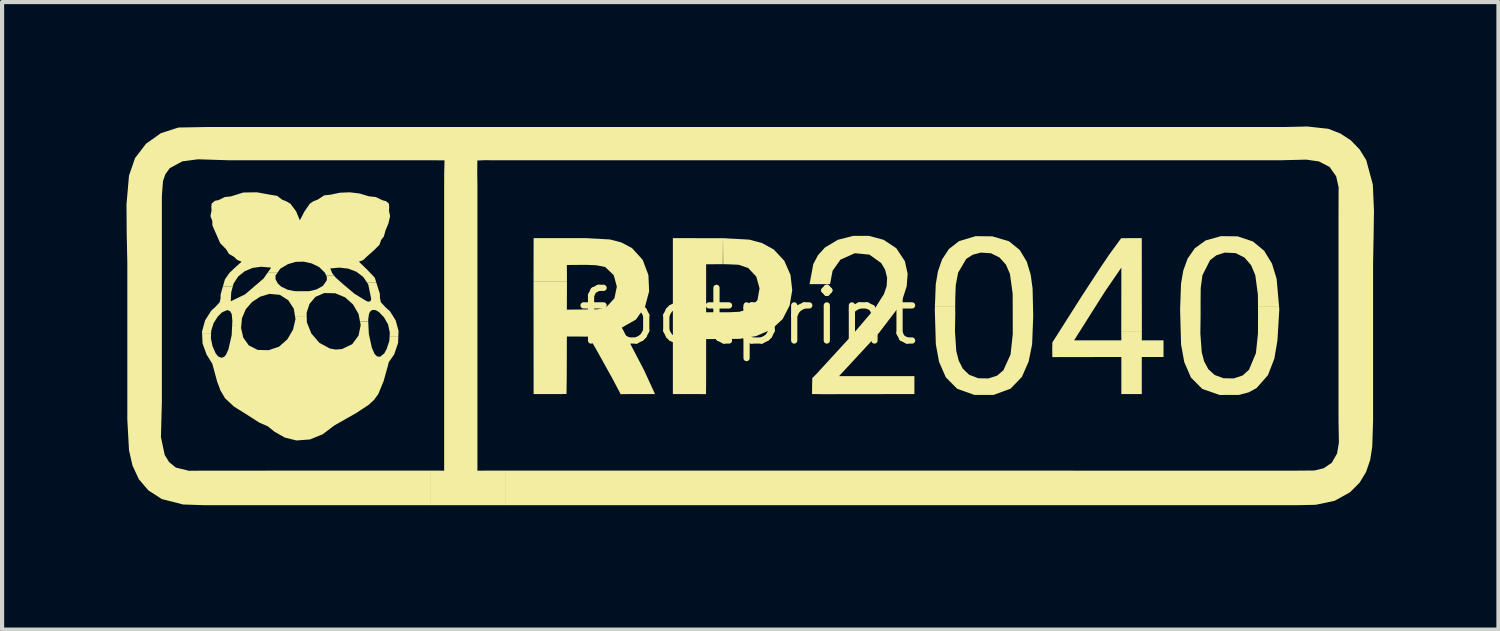
<source format=kicad_pcb>
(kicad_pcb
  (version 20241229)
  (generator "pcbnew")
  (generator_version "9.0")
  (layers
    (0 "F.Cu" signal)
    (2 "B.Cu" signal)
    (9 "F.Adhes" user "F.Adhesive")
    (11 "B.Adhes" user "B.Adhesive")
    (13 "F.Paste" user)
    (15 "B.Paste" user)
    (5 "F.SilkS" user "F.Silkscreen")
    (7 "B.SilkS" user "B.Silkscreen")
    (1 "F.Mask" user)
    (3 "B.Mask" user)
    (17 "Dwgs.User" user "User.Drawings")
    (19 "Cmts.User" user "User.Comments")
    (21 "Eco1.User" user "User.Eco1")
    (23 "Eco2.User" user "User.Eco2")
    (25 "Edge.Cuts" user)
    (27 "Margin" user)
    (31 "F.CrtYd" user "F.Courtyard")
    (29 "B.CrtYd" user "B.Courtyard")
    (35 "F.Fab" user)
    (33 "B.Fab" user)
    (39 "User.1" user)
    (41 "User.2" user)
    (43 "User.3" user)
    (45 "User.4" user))
  (footprint "footprint"
    (layer "F.Cu")
    (at 14.982 4.581)
    (property "Reference" "footprint" (at 0 0 0) (layer "F.SilkS") (effects (font (size 1.27 1.27) (thickness 0.15))))
    (fp_poly (pts (xy 9.502 0.363) (xy 9.005 0.363) (xy 9.007 -1.178) (xy 8.607 -0.594) (xy 8.237 -0.009) (xy 7.868 0.576) (xy 9.007 0.576) (xy 9.005 0.365) (xy 9.502 0.365) (xy 9.5 0.576) (xy 10.024 0.576) (xy 10.024 0.977) (xy 9.5 0.977) (xy 9.5 1.871) (xy 9.007 1.871) (xy 9.007 0.977) (xy 7.343 0.98) (xy 7.34 0.771) (xy 7.345 0.621) (xy 7.418 0.51) (xy 7.418 0.51) (xy 7.669 0.114) (xy 8.072 -0.52) (xy 8.483 -1.149) (xy 8.72 -1.5) (xy 9.002 -1.886) (xy 9.221 -1.889) (xy 9.5 -1.889)) (stroke (width 0) (type solid)) (fill yes) (layer "F.SilkS"))
    (fp_poly (pts (xy -1.807 -1.889) (xy -0.599 -1.887) (xy -0.603 -1.26) (xy -1.005 -1.259) (xy -1.005 -0.102) (xy -0.475 -0.101) (xy -0.205 -0.113) (xy 0.04 -0.184) (xy 0.233 -0.395) (xy 0.283 -0.679) (xy 0.204 -0.961) (xy 0.01 -1.168) (xy -0.223 -1.247) (xy -0.49 -1.259) (xy -0.594 -1.26) (xy -0.598 -1.888) (xy 0.037 -1.853) (xy 0.341 -1.771) (xy 0.627 -1.614) (xy 0.881 -1.341) (xy 1.029 -1.002) (xy 1.071 -0.632) (xy 1.009 -0.266) (xy 0.84 0.063) (xy 0.566 0.316) (xy 0.197 0.474) (xy -0.2 0.54) (xy -1.005 0.546) (xy -1.005 1.5) (xy -1.008 1.873) (xy -1.283 1.871) (xy -1.807 1.871)) (stroke (width 0) (type solid)) (fill yes) (layer "F.SilkS"))
    (fp_poly (pts (xy 3.273 -1.849) (xy 3.58 -1.646) (xy 3.787 -1.334) (xy 3.854 -1.03) (xy 3.831 -0.727) (xy 3.737 -0.436) (xy 3.589 -0.163) (xy 3.16 0.4) (xy 2.68 0.92) (xy 2.2 1.438) (xy 4.017 1.438) (xy 4.017 1.871) (xy 1.801 1.874) (xy 1.686 1.872) (xy 1.549 1.871) (xy 1.55 1.709) (xy 1.554 1.486) (xy 1.653 1.388) (xy 1.974 1.038) (xy 2.53 0.432) (xy 3.064 -0.194) (xy 3.282 -0.539) (xy 3.348 -0.731) (xy 3.359 -0.933) (xy 3.311 -1.127) (xy 3.218 -1.286) (xy 2.933 -1.491) (xy 2.581 -1.525) (xy 2.235 -1.371) (xy 2.045 -1.104) (xy 1.983 -0.779) (xy 1.489 -0.779) (xy 1.579 -1.263) (xy 1.693 -1.478) (xy 1.86 -1.663) (xy 2.172 -1.849) (xy 2.541 -1.944) (xy 2.917 -1.944)) (stroke (width 0) (type solid)) (fill yes) (layer "F.SilkS"))
    (fp_poly (pts (xy -4.533 -1.889) (xy -3.901 -1.889) (xy -3.325 -1.857) (xy -3.049 -1.785) (xy -2.792 -1.649) (xy -2.534 -1.364) (xy -2.397 -0.999) (xy -2.379 -0.609) (xy -2.478 -0.236) (xy -2.698 0.075) (xy -3.038 0.268) (xy -2.773 0.776) (xy -2.507 1.285) (xy -2.237 1.871) (xy -2.823 1.871) (xy -3.066 1.874) (xy -3.263 1.501) (xy -3.622 0.854) (xy -3.834 0.485) (xy -4.363 0.484) (xy -4.366 1.47) (xy -4.372 1.87) (xy -4.641 1.871) (xy -5.165 1.871) (xy -5.167 -0.835) (xy -4.361 -0.835) (xy -4.363 -0.164) (xy -3.877 -0.17) (xy -3.623 -0.172) (xy -3.409 -0.228) (xy -3.217 -0.438) (xy -3.158 -0.719) (xy -3.233 -0.996) (xy -3.44 -1.193) (xy -3.656 -1.235) (xy -3.897 -1.245) (xy -4.363 -1.241) (xy -4.361 -0.837) (xy -5.167 -0.837) (xy -5.165 -1.889)) (stroke (width 0) (type solid)) (fill yes) (layer "F.SilkS"))
    (fp_poly (pts (xy 5.895 -1.932) (xy 6.296 -1.814) (xy 6.557 -1.603) (xy 6.726 -1.323) (xy 6.821 -1.009) (xy 6.867 -0.675) (xy 6.882 -0.009) (xy 6.856 0.669) (xy 6.772 1.087) (xy 6.608 1.459) (xy 6.334 1.742) (xy 5.926 1.892) (xy 5.464 1.892) (xy 5.048 1.744) (xy 4.774 1.467) (xy 4.612 1.096) (xy 4.534 0.673) (xy 4.509 -0.163) (xy 4.512 -0.234) (xy 5.001 -0.234) (xy 5.003 -0.071) (xy 4.995 0.356) (xy 5.027 0.834) (xy 5.085 1.063) (xy 5.185 1.26) (xy 5.339 1.407) (xy 5.557 1.49) (xy 5.803 1.494) (xy 6.009 1.428) (xy 6.163 1.297) (xy 6.336 0.915) (xy 6.389 0.424) (xy 6.388 -0.071) (xy 6.386 -0.551) (xy 6.321 -1.026) (xy 6.224 -1.25) (xy 6.069 -1.422) (xy 5.864 -1.524) (xy 5.618 -1.54) (xy 5.422 -1.488) (xy 5.267 -1.388) (xy 5.071 -1.056) (xy 5.014 -0.751) (xy 5.003 -0.44) (xy 5.001 -0.236) (xy 4.511 -0.236) (xy 4.532 -0.778) (xy 4.584 -1.086) (xy 4.683 -1.373) (xy 4.848 -1.625) (xy 5.094 -1.817) (xy 5.495 -1.937)) (stroke (width 0) (type solid)) (fill yes) (layer "F.SilkS"))
    (fp_poly (pts (xy 11.811 -1.932) (xy 12.181 -1.808) (xy 12.451 -1.584) (xy 12.639 -1.275) (xy 12.751 -0.909) (xy 12.811 -0.236) (xy 12.303 -0.236) (xy 12.299 -0.535) (xy 12.237 -0.995) (xy 12.137 -1.235) (xy 11.978 -1.419) (xy 11.765 -1.527) (xy 11.503 -1.54) (xy 11.3 -1.476) (xy 11.146 -1.357) (xy 10.963 -0.995) (xy 10.921 -0.689) (xy 10.918 -0.379) (xy 10.918 -0.009) (xy 10.912 0.407) (xy 10.946 0.866) (xy 11.004 1.084) (xy 11.104 1.271) (xy 11.257 1.411) (xy 11.472 1.49) (xy 11.718 1.494) (xy 11.931 1.423) (xy 12.085 1.285) (xy 12.252 0.884) (xy 12.302 0.408) (xy 12.303 -0.071) (xy 12.302 -0.234) (xy 12.81 -0.234) (xy 12.816 -0.168) (xy 12.771 0.576) (xy 12.697 1.016) (xy 12.541 1.417) (xy 12.267 1.727) (xy 12.075 1.831) (xy 11.841 1.892) (xy 11.379 1.893) (xy 10.96 1.748) (xy 10.685 1.472) (xy 10.524 1.1) (xy 10.447 0.675) (xy 10.424 -0.163) (xy 10.446 -0.791) (xy 10.5 -1.105) (xy 10.605 -1.395) (xy 10.779 -1.645) (xy 11.04 -1.833) (xy 11.41 -1.937)) (stroke (width 0) (type solid)) (fill yes) (layer "F.SilkS"))
    (fp_poly (pts (xy -10.632 0.143) (xy -10.524 0.411) (xy -10.331 0.635) (xy -10.077 0.773) (xy -9.935 0.798) (xy -9.785 0.786) (xy -9.539 0.668) (xy -9.387 0.461) (xy -9.334 0.206) (xy -9.352 0.119) (xy -9.153 0.119) (xy -9.138 0.421) (xy -9.066 0.753) (xy -9 0.903) (xy -8.944 0.961) (xy -8.87 0.973) (xy -8.767 0.892) (xy -8.704 0.773) (xy -8.644 0.587) (xy -8.637 0.474) (xy -8.426 0.474) (xy -8.433 0.64) (xy -8.527 0.916) (xy -8.656 1.099) (xy -8.693 1.241) (xy -8.735 1.39) (xy -8.735 1.39) (xy -8.783 1.563) (xy -8.91 1.871) (xy -9.018 2.018) (xy -9.144 2.132) (xy -9.439 2.326) (xy -9.968 2.627) (xy -10.252 2.841) (xy -10.556 2.965) (xy -10.802 2.984) (xy -10.802 2.867) (xy -10.802 2.984) (xy -10.883 2.99) (xy -11.162 2.921) (xy -11.412 2.78) (xy -11.575 2.648) (xy -11.778 2.56) (xy -12.144 2.326) (xy -12.391 2.173) (xy -12.605 1.973) (xy -12.717 1.783) (xy -12.743 1.712) (xy -12.743 1.712) (xy -12.796 1.571) (xy -12.913 1.139) (xy -13.052 0.916) (xy -13.148 0.65) (xy -13.158 0.421) (xy -12.942 0.421) (xy -12.947 0.525) (xy -12.909 0.712) (xy -12.833 0.887) (xy -12.771 0.964) (xy -12.693 0.996) (xy -12.629 0.975) (xy -12.582 0.922) (xy -12.524 0.793) (xy -12.446 0.452) (xy -12.434 0.207) (xy -12.213 0.206) (xy -12.219 0.279) (xy -12.166 0.509) (xy -12.034 0.696) (xy -11.818 0.807) (xy -11.554 0.813) (xy -11.304 0.729) (xy -11.103 0.551) (xy -10.966 0.317) (xy -10.907 0.062) (xy -10.919 -0.009) (xy -10.637 -0.009)) (stroke (width 0) (type solid)) (fill yes) (layer "F.SilkS"))
    (fp_poly (pts (xy -13.258 -3.79) (xy -13.636 -3.74) (xy -13.939 -3.576) (xy -14.045 -3.429) (xy -14.102 -3.263) (xy -14.129 -2.905) (xy -14.129 2.055) (xy -14.151 2.91) (xy -14.06 3.34) (xy -13.953 3.513) (xy -13.791 3.644) (xy -13.474 3.721) (xy -13.144 3.718) (xy -7.652 3.716) (xy -7.652 4.551) (xy -13.082 4.551) (xy -13.615 4.534) (xy -14.13 4.403) (xy -14.456 4.192) (xy -14.684 3.925) (xy -14.838 3.593) (xy -14.921 3.227) (xy -14.962 2.486) (xy -14.962 -1.303) (xy -14.977 -2.002) (xy -14.982 -2.702) (xy -14.921 -3.398) (xy -14.776 -3.819) (xy -14.51 -4.166) (xy -14.152 -4.42) (xy -13.729 -4.556) (xy -13.021 -4.569) (xy 12.981 -4.569) (xy 13.492 -4.581) (xy 13.998 -4.525) (xy 14.29 -4.411) (xy 14.539 -4.248) (xy 14.751 -4.03) (xy 14.912 -3.77) (xy 15.071 -3.182) (xy 15.099 -2.546) (xy 15.089 -1.909) (xy 15.077 -1.272) (xy 15.077 2.517) (xy 15.057 3.144) (xy 15.008 3.457) (xy 14.908 3.751) (xy 14.752 4.008) (xy 14.521 4.239) (xy 14.152 4.444) (xy 13.696 4.541) (xy 13.228 4.551) (xy -5.848 4.551) (xy -5.848 3.716) (xy 13.197 3.718) (xy 13.663 3.714) (xy 13.887 3.66) (xy 14.08 3.528) (xy 14.209 3.304) (xy 14.253 3.043) (xy 14.244 2.517) (xy 14.244 -2.566) (xy 14.246 -3.117) (xy 14.186 -3.382) (xy 14.027 -3.606) (xy 13.77 -3.739) (xy 13.462 -3.782) (xy 12.858 -3.767) (xy -6.181 -3.767) (xy -6.347 -3.768) (xy -6.522 -3.761) (xy -6.524 -3.459) (xy -6.52 -3.182) (xy -6.52 3.718) (xy -5.849 3.716) (xy -5.849 4.551) (xy -7.651 4.551) (xy -7.651 3.716) (xy -7.322 3.718) (xy -7.322 -3.182) (xy -7.321 -3.459) (xy -7.313 -3.764) (xy -7.53 -3.766) (xy -7.722 -3.767) (xy -12.528 -3.767)) (stroke (width 0) (type solid)) (fill yes) (layer "F.SilkS"))
    (fp_poly (pts (xy -11.513 -2.935) (xy -11.35 -2.908) (xy -11.228 -2.816) (xy -11.126 -2.776) (xy -11.028 -2.718) (xy -10.89 -2.532) (xy -10.802 -2.319) (xy -10.693 -2.528) (xy -10.558 -2.724) (xy -10.47 -2.78) (xy -10.375 -2.816) (xy -10.212 -2.921) (xy -10.07 -2.935) (xy -9.835 -2.984) (xy -9.599 -2.994) (xy -9.364 -2.966) (xy -9.134 -2.897) (xy -8.972 -2.88) (xy -8.809 -2.802) (xy -8.723 -2.78) (xy -8.656 -2.724) (xy -8.646 -2.64) (xy -8.653 -2.555) (xy -8.626 -2.419) (xy -8.644 -2.338) (xy -8.644 -2.338) (xy -8.667 -2.24) (xy -8.737 -2.073) (xy -8.775 -1.931) (xy -8.839 -1.849) (xy -8.883 -1.727) (xy -9.005 -1.605) (xy -9.192 -1.439) (xy -9.274 -1.361) (xy -9.377 -1.321) (xy -9.186 -1.136) (xy -8.995 -0.935) (xy -8.957 -0.813) (xy -9.179 -0.813) (xy -9.271 -0.951) (xy -9.437 -1.078) (xy -9.633 -1.153) (xy -9.846 -1.178) (xy -10.069 -1.158) (xy -10.021 -1.044) (xy -9.973 -0.983) (xy -10.163 -0.983) (xy -10.199 -1.056) (xy -10.336 -1.191) (xy -10.515 -1.279) (xy -10.711 -1.322) (xy -10.903 -1.317) (xy -11.091 -1.261) (xy -11.276 -1.15) (xy -11.333 -1.067) (xy -11.571 -1.067) (xy -11.494 -1.178) (xy -11.737 -1.199) (xy -11.94 -1.171) (xy -12.129 -1.092) (xy -12.288 -0.965) (xy -12.401 -0.792) (xy -12.418 -0.728) (xy -12.656 -0.728) (xy -12.608 -0.894) (xy -12.502 -1.047) (xy -12.368 -1.176) (xy -12.206 -1.321) (xy -12.309 -1.361) (xy -12.391 -1.439) (xy -12.51 -1.507) (xy -12.581 -1.622) (xy -12.723 -1.768) (xy -12.862 -2.084) (xy -12.862 -2.084) (xy -12.91 -2.195) (xy -12.913 -2.304) (xy -12.957 -2.419) (xy -12.93 -2.561) (xy -12.937 -2.643) (xy -12.927 -2.724) (xy -12.851 -2.788) (xy -12.754 -2.809) (xy -12.611 -2.88) (xy -12.469 -2.894) (xy -12.164 -2.989) (xy -11.836 -2.994)) (stroke (width 0) (type solid)) (fill yes) (layer "F.SilkS"))
    (fp_poly (pts (xy -11.389 -0.987) (xy -11.387 -0.893) (xy -11.33 -0.793) (xy -11.249 -0.718) (xy -11.097 -0.645) (xy -10.924 -0.609) (xy -10.578 -0.61) (xy -10.405 -0.65) (xy -10.244 -0.738) (xy -10.151 -0.875) (xy -10.153 -0.961) (xy -10.164 -0.983) (xy -9.973 -0.983) (xy -9.939 -0.939) (xy -9.744 -0.766) (xy -9.48 -0.545) (xy -9.215 -0.383) (xy -9.156 -0.355) (xy -9.097 -0.369) (xy -9.082 -0.426) (xy -9.094 -0.487) (xy -9.152 -0.772) (xy -9.178 -0.813) (xy -8.957 -0.813) (xy -8.873 -0.549) (xy -8.87 -0.445) (xy -8.849 -0.345) (xy -8.744 -0.229) (xy -8.626 -0.122) (xy -8.49 0.097) (xy -8.422 0.346) (xy -8.426 0.474) (xy -8.637 0.474) (xy -8.633 0.387) (xy -8.674 0.192) (xy -8.772 0.021) (xy -8.895 -0.107) (xy -8.973 -0.154) (xy -9.053 -0.158) (xy -9.106 -0.12) (xy -9.136 -0.057) (xy -9.154 0.082) (xy -9.152 0.119) (xy -9.352 0.119) (xy -9.386 -0.06) (xy -9.519 -0.289) (xy -9.71 -0.461) (xy -9.946 -0.559) (xy -10.212 -0.565) (xy -10.425 -0.473) (xy -10.569 -0.303) (xy -10.639 -0.087) (xy -10.637 -0.009) (xy -10.919 -0.009) (xy -10.947 -0.185) (xy -11.08 -0.39) (xy -11.283 -0.521) (xy -11.534 -0.545) (xy -11.758 -0.477) (xy -11.953 -0.35) (xy -12.105 -0.175) (xy -12.197 0.041) (xy -12.212 0.205) (xy -12.434 0.206) (xy -12.429 0.102) (xy -12.445 -0.057) (xy -12.482 -0.126) (xy -12.55 -0.155) (xy -12.678 -0.1) (xy -12.78 0.001) (xy -12.882 0.162) (xy -12.938 0.339) (xy -12.942 0.42) (xy -13.159 0.421) (xy -13.161 0.366) (xy -13.087 0.095) (xy -12.937 -0.142) (xy -12.829 -0.239) (xy -12.734 -0.345) (xy -12.714 -0.435) (xy -12.713 -0.528) (xy -12.656 -0.729) (xy -12.417 -0.729) (xy -12.457 -0.582) (xy -12.468 -0.366) (xy -12.124 -0.532) (xy -11.676 -0.915) (xy -11.571 -1.067) (xy -11.333 -1.067)) (stroke (width 0) (type solid)) (fill yes) (layer "F.SilkS")))
  (gr_rect
    (start -3 -3)
    (end 33.082 12.132)
    (stroke (width 0.1) (type default))
    (fill no)
    (layer "Edge.Cuts")))
</source>
